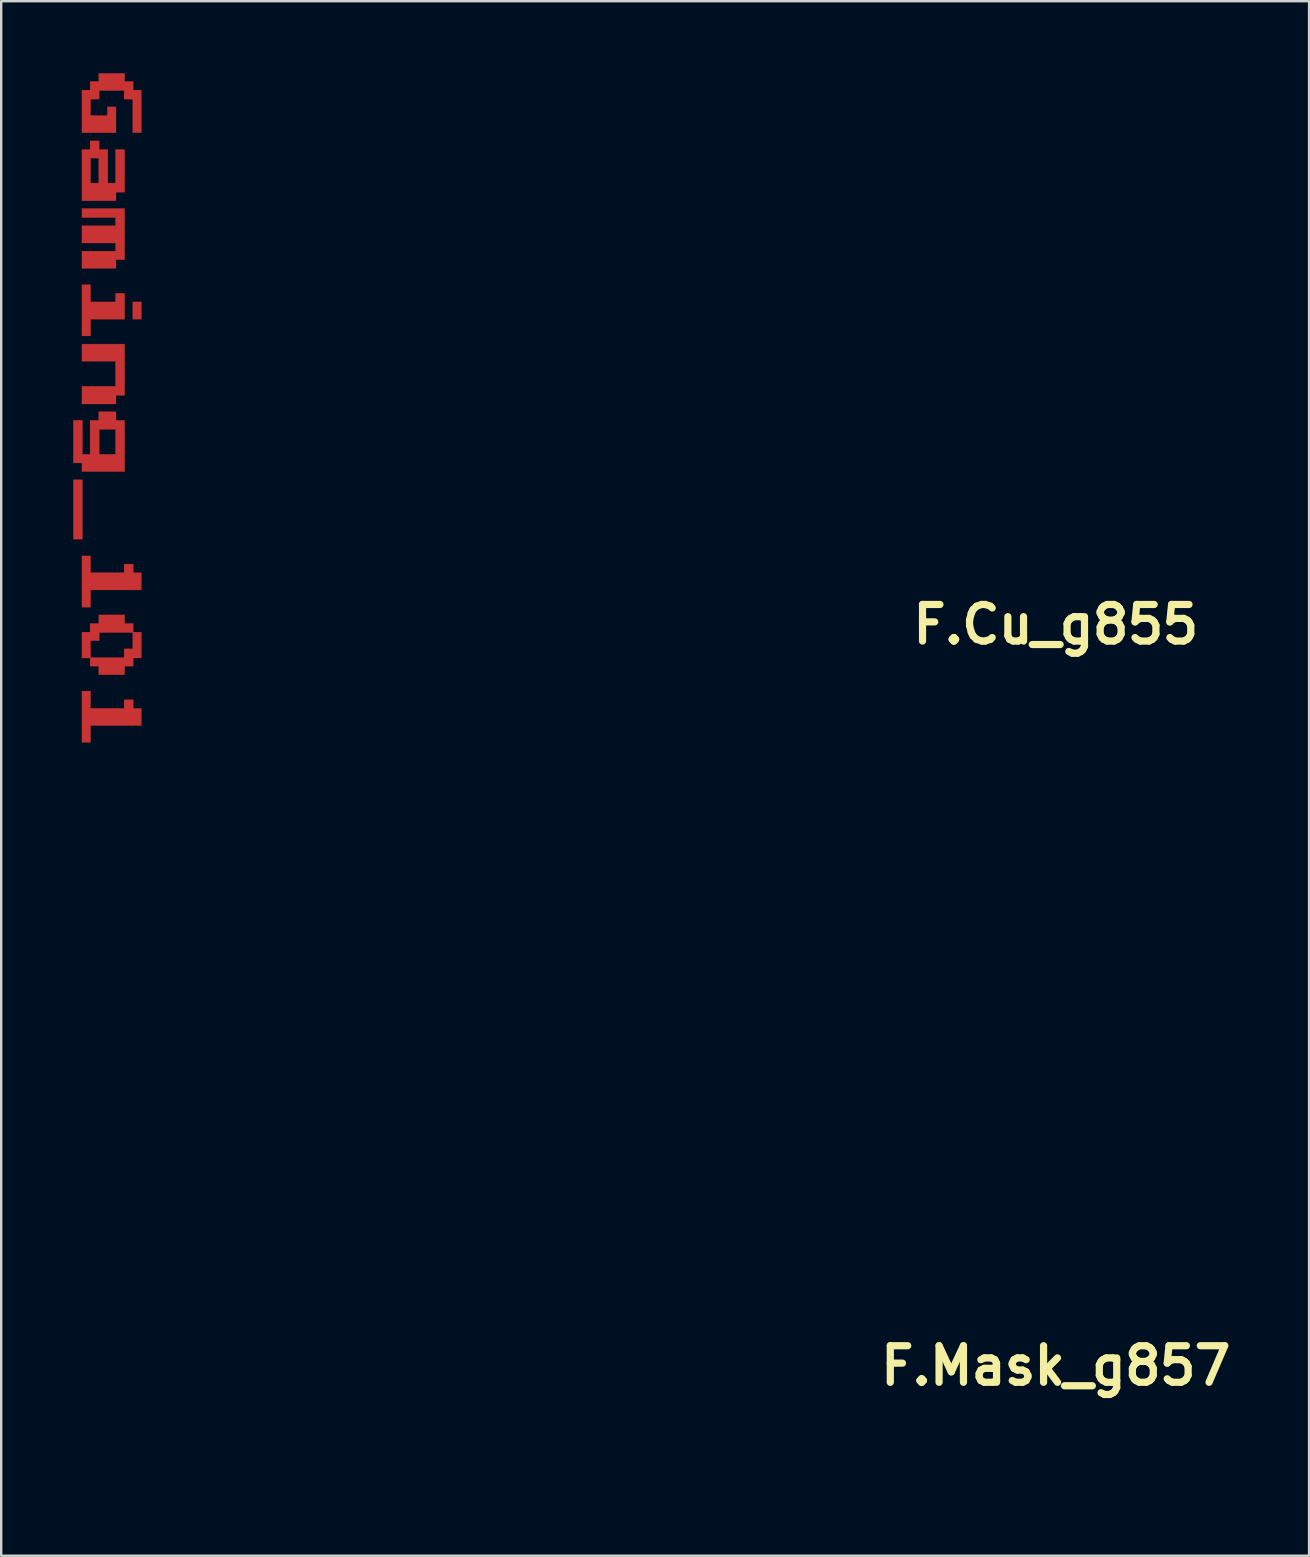
<source format=kicad_pcb>
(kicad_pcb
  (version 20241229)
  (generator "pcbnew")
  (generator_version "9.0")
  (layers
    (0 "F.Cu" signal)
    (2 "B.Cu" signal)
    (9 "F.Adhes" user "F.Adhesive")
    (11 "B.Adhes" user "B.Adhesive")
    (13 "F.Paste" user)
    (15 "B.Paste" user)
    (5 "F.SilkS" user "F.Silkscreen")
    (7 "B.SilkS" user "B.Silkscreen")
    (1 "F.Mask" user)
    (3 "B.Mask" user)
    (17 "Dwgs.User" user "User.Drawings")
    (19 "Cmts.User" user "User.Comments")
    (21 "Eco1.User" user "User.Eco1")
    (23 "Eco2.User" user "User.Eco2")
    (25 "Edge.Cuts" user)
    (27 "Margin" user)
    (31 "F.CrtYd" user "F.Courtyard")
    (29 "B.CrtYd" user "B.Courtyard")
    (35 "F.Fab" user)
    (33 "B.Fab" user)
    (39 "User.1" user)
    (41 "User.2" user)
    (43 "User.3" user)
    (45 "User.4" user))
  (footprint "F.Mask_g857"
    (layer "F.Cu")
    (at 40.941 53.857)
    (property "Reference" "F.Mask_g857" (at 0 0 0) (layer "F.SilkS") (effects (font (size 1.524 1.524) (thickness 0.3))))
    (attr through_hole)
    (fp_poly (pts (xy -40.555 -3.556) (xy -40.936 -3.556) (xy -40.936 -6.032) (xy -40.555 -6.032) (xy -40.555 -3.556)) (stroke (width 0.01) (type solid)) (fill yes) (layer "F.Mask"))
    (fp_poly (pts (xy -38.1 -12.721) (xy -38.46 -12.721) (xy -38.46 -13.441) (xy -38.1 -13.441) (xy -38.1 -12.721)) (stroke (width 0.01) (type solid)) (fill yes) (layer "F.Mask"))
    (fp_poly (pts (xy -40.217 -13.441) (xy -39.179 -13.441) (xy -39.179 -13.801) (xy -38.798 -13.801) (xy -38.798 -12.721) (xy -40.217 -12.721) (xy -40.217 -12.023) (xy -40.577 -12.023) (xy -40.577 -14.161) (xy -40.217 -14.161) (xy -40.217 -13.441)) (stroke (width 0.01) (type solid)) (fill yes) (layer "F.Mask"))
    (fp_poly (pts (xy -38.798 -9.546) (xy -39.158 -9.546) (xy -39.158 -9.186) (xy -40.577 -9.186) (xy -40.577 -9.927) (xy -39.179 -9.927) (xy -39.179 -10.964) (xy -40.577 -10.964) (xy -40.577 -11.684) (xy -38.798 -11.684) (xy -38.798 -9.546)) (stroke (width 0.01) (type solid)) (fill yes) (layer "F.Mask"))
    (fp_poly (pts (xy -40.217 -2.159) (xy -38.82 -2.159) (xy -38.82 -2.519) (xy -38.439 -2.519) (xy -38.439 -2.159) (xy -38.1 -2.159) (xy -38.1 -1.439) (xy -40.217 -1.439) (xy -40.217 -0.72) (xy -40.577 -0.72) (xy -40.577 -2.857) (xy -40.217 -2.857) (xy -40.217 -2.159)) (stroke (width 0.01) (type solid)) (fill yes) (layer "F.Mask"))
    (fp_poly (pts (xy -40.217 3.493) (xy -38.82 3.493) (xy -38.82 3.133) (xy -38.439 3.133) (xy -38.439 3.493) (xy -38.1 3.493) (xy -38.1 4.212) (xy -40.217 4.212) (xy -40.217 4.911) (xy -40.577 4.911) (xy -40.577 2.773) (xy -40.217 2.773) (xy -40.217 3.493)) (stroke (width 0.01) (type solid)) (fill yes) (layer "F.Mask"))
    (fp_poly (pts (xy -38.798 -15.198) (xy -39.158 -15.198) (xy -39.158 -14.838) (xy -40.577 -14.838) (xy -40.577 -15.557) (xy -39.179 -15.557) (xy -39.179 -15.896) (xy -40.577 -15.896) (xy -40.577 -16.616) (xy -39.179 -16.616) (xy -39.179 -16.954) (xy -40.577 -16.954) (xy -40.577 -17.335) (xy -38.798 -17.335) (xy -38.798 -15.198)) (stroke (width 0.01) (type solid)) (fill yes) (layer "F.Mask"))
    (fp_poly (pts (xy -39.857 -19.791) (xy -39.497 -19.791) (xy -39.497 -18.394) (xy -39.179 -18.394) (xy -39.179 -19.791) (xy -38.798 -19.791) (xy -38.798 -18.013) (xy -39.158 -18.013) (xy -39.158 -17.653) (xy -40.577 -17.653) (xy -40.577 -19.431) (xy -40.217 -19.431) (xy -40.217 -18.394) (xy -39.878 -18.394) (xy -39.878 -19.431) (xy -40.217 -19.431) (xy -40.577 -19.431) (xy -40.577 -19.791) (xy -40.238 -19.791) (xy -40.238 -20.151) (xy -39.857 -20.151) (xy -39.857 -19.791)) (stroke (width 0.01) (type solid)) (fill yes) (layer "F.Mask"))
    (fp_poly (pts (xy -39.158 -8.509) (xy -38.798 -8.509) (xy -38.798 -6.371) (xy -40.577 -6.371) (xy -40.577 -6.731) (xy -40.936 -6.731) (xy -40.936 -8.509) (xy -40.555 -8.509) (xy -40.555 -7.091) (xy -40.238 -7.091) (xy -40.238 -8.128) (xy -39.857 -8.128) (xy -39.857 -7.091) (xy -39.179 -7.091) (xy -39.179 -8.128) (xy -39.857 -8.128) (xy -40.238 -8.128) (xy -40.238 -8.509) (xy -39.878 -8.509) (xy -39.878 -8.869) (xy -39.158 -8.869) (xy -39.158 -8.509)) (stroke (width 0.01) (type solid)) (fill yes) (layer "F.Mask"))
    (fp_poly (pts (xy -38.798 -22.627) (xy -38.439 -22.627) (xy -38.439 -22.267) (xy -38.1 -22.267) (xy -38.1 -20.489) (xy -38.46 -20.489) (xy -38.46 -21.886) (xy -38.82 -21.886) (xy -38.82 -22.246) (xy -39.857 -22.246) (xy -39.857 -21.886) (xy -40.217 -21.886) (xy -40.217 -21.209) (xy -39.518 -21.209) (xy -39.518 -21.569) (xy -39.158 -21.569) (xy -39.158 -20.489) (xy -40.577 -20.489) (xy -40.577 -22.267) (xy -40.238 -22.267) (xy -40.238 -22.627) (xy -39.878 -22.627) (xy -39.878 -22.966) (xy -38.798 -22.966) (xy -38.798 -22.627)) (stroke (width 0.01) (type solid)) (fill yes) (layer "F.Mask"))
    (fp_poly (pts (xy -38.798 -0.042) (xy -38.439 -0.042) (xy -38.439 0.318) (xy -38.1 0.318) (xy -38.1 1.397) (xy -38.439 1.397) (xy -38.439 1.736) (xy -38.798 1.736) (xy -38.798 2.095) (xy -39.878 2.095) (xy -39.878 1.736) (xy -40.238 1.736) (xy -40.238 1.397) (xy -40.577 1.397) (xy -40.577 0.677) (xy -40.217 0.677) (xy -40.217 1.376) (xy -38.82 1.376) (xy -38.82 1.016) (xy -38.46 1.016) (xy -38.46 0.339) (xy -39.857 0.339) (xy -39.857 0.677) (xy -40.217 0.677) (xy -40.577 0.677) (xy -40.577 0.318) (xy -40.238 0.318) (xy -40.238 -0.042) (xy -39.878 -0.042) (xy -39.878 -0.402) (xy -38.798 -0.402) (xy -38.798 -0.042)) (stroke (width 0.01) (type solid)) (fill yes) (layer "F.Mask")))
  (footprint "F.Cu_g855"
    (layer "F.Cu")
    (at 40.941 22.971)
    (property "Reference" "F.Cu_g855" (at 0 0 0) (layer "F.SilkS") (effects (font (size 1.524 1.524) (thickness 0.3))))
    (attr through_hole)
    (fp_poly (pts (xy -40.555 -3.556) (xy -40.936 -3.556) (xy -40.936 -6.032) (xy -40.555 -6.032) (xy -40.555 -3.556)) (stroke (width 0.01) (type solid)) (fill yes) (layer "F.Cu"))
    (fp_poly (pts (xy -38.1 -12.721) (xy -38.46 -12.721) (xy -38.46 -13.441) (xy -38.1 -13.441) (xy -38.1 -12.721)) (stroke (width 0.01) (type solid)) (fill yes) (layer "F.Cu"))
    (fp_poly (pts (xy -40.217 -13.441) (xy -39.179 -13.441) (xy -39.179 -13.801) (xy -38.798 -13.801) (xy -38.798 -12.721) (xy -40.217 -12.721) (xy -40.217 -12.023) (xy -40.577 -12.023) (xy -40.577 -14.161) (xy -40.217 -14.161) (xy -40.217 -13.441)) (stroke (width 0.01) (type solid)) (fill yes) (layer "F.Cu"))
    (fp_poly (pts (xy -38.798 -9.546) (xy -39.158 -9.546) (xy -39.158 -9.186) (xy -40.577 -9.186) (xy -40.577 -9.927) (xy -39.179 -9.927) (xy -39.179 -10.964) (xy -40.577 -10.964) (xy -40.577 -11.684) (xy -38.798 -11.684) (xy -38.798 -9.546)) (stroke (width 0.01) (type solid)) (fill yes) (layer "F.Cu"))
    (fp_poly (pts (xy -40.217 -2.159) (xy -38.82 -2.159) (xy -38.82 -2.519) (xy -38.439 -2.519) (xy -38.439 -2.159) (xy -38.1 -2.159) (xy -38.1 -1.439) (xy -40.217 -1.439) (xy -40.217 -0.72) (xy -40.577 -0.72) (xy -40.577 -2.857) (xy -40.217 -2.857) (xy -40.217 -2.159)) (stroke (width 0.01) (type solid)) (fill yes) (layer "F.Cu"))
    (fp_poly (pts (xy -40.217 3.493) (xy -38.82 3.493) (xy -38.82 3.133) (xy -38.439 3.133) (xy -38.439 3.493) (xy -38.1 3.493) (xy -38.1 4.212) (xy -40.217 4.212) (xy -40.217 4.911) (xy -40.577 4.911) (xy -40.577 2.773) (xy -40.217 2.773) (xy -40.217 3.493)) (stroke (width 0.01) (type solid)) (fill yes) (layer "F.Cu"))
    (fp_poly (pts (xy -38.798 -15.198) (xy -39.158 -15.198) (xy -39.158 -14.838) (xy -40.577 -14.838) (xy -40.577 -15.557) (xy -39.179 -15.557) (xy -39.179 -15.896) (xy -40.577 -15.896) (xy -40.577 -16.616) (xy -39.179 -16.616) (xy -39.179 -16.954) (xy -40.577 -16.954) (xy -40.577 -17.335) (xy -38.798 -17.335) (xy -38.798 -15.198)) (stroke (width 0.01) (type solid)) (fill yes) (layer "F.Cu"))
    (fp_poly (pts (xy -39.857 -19.791) (xy -39.497 -19.791) (xy -39.497 -18.394) (xy -39.179 -18.394) (xy -39.179 -19.791) (xy -38.798 -19.791) (xy -38.798 -18.013) (xy -39.158 -18.013) (xy -39.158 -17.653) (xy -40.577 -17.653) (xy -40.577 -19.431) (xy -40.217 -19.431) (xy -40.217 -18.394) (xy -39.878 -18.394) (xy -39.878 -19.431) (xy -40.217 -19.431) (xy -40.577 -19.431) (xy -40.577 -19.791) (xy -40.238 -19.791) (xy -40.238 -20.151) (xy -39.857 -20.151) (xy -39.857 -19.791)) (stroke (width 0.01) (type solid)) (fill yes) (layer "F.Cu"))
    (fp_poly (pts (xy -39.158 -8.509) (xy -38.798 -8.509) (xy -38.798 -6.371) (xy -40.577 -6.371) (xy -40.577 -6.731) (xy -40.936 -6.731) (xy -40.936 -8.509) (xy -40.555 -8.509) (xy -40.555 -7.091) (xy -40.238 -7.091) (xy -40.238 -8.128) (xy -39.857 -8.128) (xy -39.857 -7.091) (xy -39.179 -7.091) (xy -39.179 -8.128) (xy -39.857 -8.128) (xy -40.238 -8.128) (xy -40.238 -8.509) (xy -39.878 -8.509) (xy -39.878 -8.869) (xy -39.158 -8.869) (xy -39.158 -8.509)) (stroke (width 0.01) (type solid)) (fill yes) (layer "F.Cu"))
    (fp_poly (pts (xy -38.798 -22.627) (xy -38.439 -22.627) (xy -38.439 -22.267) (xy -38.1 -22.267) (xy -38.1 -20.489) (xy -38.46 -20.489) (xy -38.46 -21.886) (xy -38.82 -21.886) (xy -38.82 -22.246) (xy -39.857 -22.246) (xy -39.857 -21.886) (xy -40.217 -21.886) (xy -40.217 -21.209) (xy -39.518 -21.209) (xy -39.518 -21.569) (xy -39.158 -21.569) (xy -39.158 -20.489) (xy -40.577 -20.489) (xy -40.577 -22.267) (xy -40.238 -22.267) (xy -40.238 -22.627) (xy -39.878 -22.627) (xy -39.878 -22.966) (xy -38.798 -22.966) (xy -38.798 -22.627)) (stroke (width 0.01) (type solid)) (fill yes) (layer "F.Cu"))
    (fp_poly (pts (xy -38.798 -0.042) (xy -38.439 -0.042) (xy -38.439 0.318) (xy -38.1 0.318) (xy -38.1 1.397) (xy -38.439 1.397) (xy -38.439 1.736) (xy -38.798 1.736) (xy -38.798 2.095) (xy -39.878 2.095) (xy -39.878 1.736) (xy -40.238 1.736) (xy -40.238 1.397) (xy -40.577 1.397) (xy -40.577 0.677) (xy -40.217 0.677) (xy -40.217 1.376) (xy -38.82 1.376) (xy -38.82 1.016) (xy -38.46 1.016) (xy -38.46 0.339) (xy -39.857 0.339) (xy -39.857 0.677) (xy -40.217 0.677) (xy -40.577 0.677) (xy -40.577 0.318) (xy -40.238 0.318) (xy -40.238 -0.042) (xy -39.878 -0.042) (xy -39.878 -0.402) (xy -38.798 -0.402) (xy -38.798 -0.042)) (stroke (width 0.01) (type solid)) (fill yes) (layer "F.Cu")))
  (gr_rect
    (start -3 -3)
    (end 51.496 61.773)
    (stroke (width 0.1) (type default))
    (fill no)
    (layer "Edge.Cuts")))
</source>
